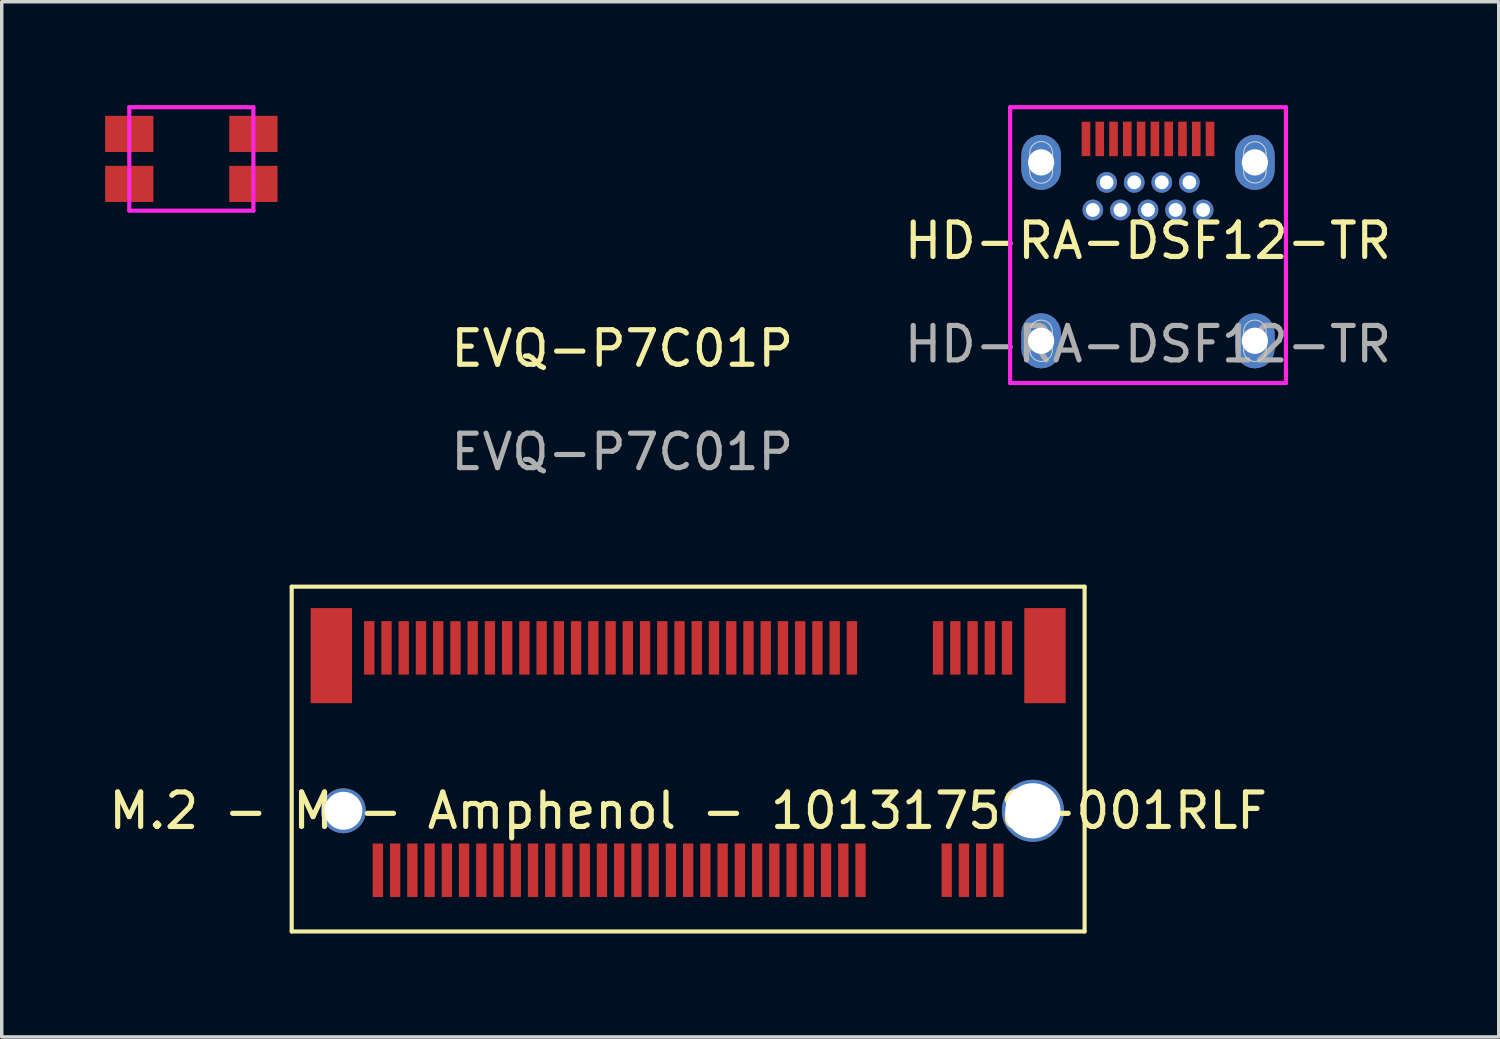
<source format=kicad_pcb>
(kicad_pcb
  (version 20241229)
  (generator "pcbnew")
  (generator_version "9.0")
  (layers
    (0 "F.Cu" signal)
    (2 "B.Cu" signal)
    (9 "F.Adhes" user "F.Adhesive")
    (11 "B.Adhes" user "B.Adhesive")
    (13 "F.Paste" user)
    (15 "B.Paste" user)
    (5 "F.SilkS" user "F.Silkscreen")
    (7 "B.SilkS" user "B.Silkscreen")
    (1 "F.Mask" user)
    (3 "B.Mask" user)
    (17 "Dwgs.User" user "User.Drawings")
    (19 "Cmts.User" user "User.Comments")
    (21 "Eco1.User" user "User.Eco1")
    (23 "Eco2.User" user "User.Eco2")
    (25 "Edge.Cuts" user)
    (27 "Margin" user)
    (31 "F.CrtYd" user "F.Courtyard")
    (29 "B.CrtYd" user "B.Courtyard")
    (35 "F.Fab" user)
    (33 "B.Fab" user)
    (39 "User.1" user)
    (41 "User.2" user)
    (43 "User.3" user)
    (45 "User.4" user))
  (footprint "EVQ-P7C01P"
    (layer "F.Cu")
    (at 2.5 1.56)
    (property "Reference" "EVQ-P7C01P" (at 12.5 5.5 0) (unlocked yes) (layer "F.SilkS") (effects (font (size 1 1) (thickness 0.15))))
    (fp_line (start -1.8 -1.5) (end 1.8 -1.5) (stroke (width 0.12) (type solid)) (layer "F.CrtYd"))
    (fp_line (start -1.8 1.5) (end -1.8 -1.5) (stroke (width 0.12) (type solid)) (layer "F.CrtYd"))
    (fp_line (start 1.8 -1.5) (end 1.8 1.5) (stroke (width 0.12) (type solid)) (layer "F.CrtYd"))
    (fp_line (start 1.8 1.5) (end -1.8 1.5) (stroke (width 0.12) (type solid)) (layer "F.CrtYd"))
    (fp_text user "${REFERENCE}" (at 12.5 8.5 0) (unlocked yes) (layer "F.Fab") (effects (font (size 1 1) (thickness 0.15))))
    (pad "" np_thru_hole circle (at 0 -0.9) (size 0.001 0.001) (drill 0.7) (layers "*.Cu" "*.Mask"))
    (pad "" np_thru_hole circle (at 0 0.9) (size 0.001 0.001) (drill 0.7) (layers "*.Cu" "*.Mask"))
    (pad "1" smd rect (at -1.8 -0.725) (size 1.4 1.05) (layers "F.Cu" "F.Mask" "F.Paste"))
    (pad "2" smd rect (at -1.8 0.725) (size 1.4 1.05) (layers "F.Cu" "F.Mask" "F.Paste"))
    (pad "3" smd rect (at 1.8 -0.725) (size 1.4 1.05) (layers "F.Cu" "F.Mask" "F.Paste"))
    (pad "4" smd rect (at 1.8 0.725) (size 1.4 1.05) (layers "F.Cu" "F.Mask" "F.Paste")))
  (footprint "HD-RA-DSF12-TR"
    (layer "F.Cu")
    (at 30.25 8.06)
    (property "Reference" "HD-RA-DSF12-TR" (at 0 -4.125 0) (unlocked yes) (layer "F.SilkS") (effects (font (size 1 1) (thickness 0.15))))
    (fp_line (start -3.1 -6.625) (end -3.1 -6.175) (stroke (width 1.15) (type solid)) (layer "F.Paste"))
    (fp_line (start -3.1 -1.45) (end -3.1 -1) (stroke (width 1.15) (type solid)) (layer "F.Paste"))
    (fp_line (start 3.1 -6.625) (end 3.1 -6.175) (stroke (width 1.15) (type solid)) (layer "F.Paste"))
    (fp_line (start 3.1 -1.45) (end 3.1 -1) (stroke (width 1.15) (type solid)) (layer "F.Paste"))
    (fp_circle (center -1.6 -5.02) (end -1.45 -5.02) (stroke (width 0.3) (type solid)) (fill no) (layer "F.Paste"))
    (fp_circle (center -1.2 -5.82) (end -1.05 -5.82) (stroke (width 0.3) (type solid)) (fill no) (layer "F.Paste"))
    (fp_circle (center -0.8 -5.02) (end -0.65 -5.02) (stroke (width 0.3) (type solid)) (fill no) (layer "F.Paste"))
    (fp_circle (center -0.4 -5.82) (end -0.25 -5.82) (stroke (width 0.3) (type solid)) (fill no) (layer "F.Paste"))
    (fp_circle (center 0 -5.02) (end 0.15 -5.02) (stroke (width 0.3) (type solid)) (fill no) (layer "F.Paste"))
    (fp_circle (center 0.4 -5.82) (end 0.55 -5.82) (stroke (width 0.3) (type solid)) (fill no) (layer "F.Paste"))
    (fp_circle (center 0.8 -5.02) (end 0.95 -5.02) (stroke (width 0.3) (type solid)) (fill no) (layer "F.Paste"))
    (fp_circle (center 1.2 -5.82) (end 1.35 -5.82) (stroke (width 0.3) (type solid)) (fill no) (layer "F.Paste"))
    (fp_circle (center 1.6 -5.02) (end 1.75 -5.02) (stroke (width 0.3) (type solid)) (fill no) (layer "F.Paste"))
    (fp_line (start -3.43 -6.125) (end -3.43 -6.675) (stroke (width 0.03) (type solid)) (layer "Edge.Cuts"))
    (fp_line (start -3.425 -1.5) (end -3.425 -0.95) (stroke (width 0.03) (type solid)) (layer "Edge.Cuts"))
    (fp_line (start -2.775 -0.95) (end -2.775 -1.5) (stroke (width 0.03) (type solid)) (layer "Edge.Cuts"))
    (fp_line (start -2.77 -6.675) (end -2.77 -6.125) (stroke (width 0.03) (type solid)) (layer "Edge.Cuts"))
    (fp_line (start 2.775 -6.675) (end 2.775 -6.125) (stroke (width 0.03) (type solid)) (layer "Edge.Cuts"))
    (fp_line (start 2.775 -1.5) (end 2.775 -0.95) (stroke (width 0.03) (type solid)) (layer "Edge.Cuts"))
    (fp_line (start 3.425 -6.125) (end 3.425 -6.675) (stroke (width 0.03) (type solid)) (layer "Edge.Cuts"))
    (fp_line (start 3.425 -0.95) (end 3.425 -1.5) (stroke (width 0.03) (type solid)) (layer "Edge.Cuts"))
    (fp_arc (start -3.43 -6.675) (mid -3.1 -7.005) (end -2.77 -6.675) (stroke (width 0.03) (type solid)) (layer "Edge.Cuts"))
    (fp_arc (start -3.425 -1.5) (mid -3.1 -1.825) (end -2.775 -1.5) (stroke (width 0.03) (type solid)) (layer "Edge.Cuts"))
    (fp_arc (start -2.775 -0.95) (mid -3.1 -0.625) (end -3.425 -0.95) (stroke (width 0.03) (type solid)) (layer "Edge.Cuts"))
    (fp_arc (start -2.77 -6.125) (mid -3.1 -5.795) (end -3.43 -6.125) (stroke (width 0.03) (type solid)) (layer "Edge.Cuts"))
    (fp_arc (start 2.775 -6.675) (mid 3.1 -7) (end 3.425 -6.675) (stroke (width 0.03) (type solid)) (layer "Edge.Cuts"))
    (fp_arc (start 2.775 -1.5) (mid 3.1 -1.825) (end 3.425 -1.5) (stroke (width 0.03) (type solid)) (layer "Edge.Cuts"))
    (fp_arc (start 3.425 -6.125) (mid 3.1 -5.8) (end 2.775 -6.125) (stroke (width 0.03) (type solid)) (layer "Edge.Cuts"))
    (fp_arc (start 3.425 -0.95) (mid 3.1 -0.625) (end 2.775 -0.95) (stroke (width 0.03) (type solid)) (layer "Edge.Cuts"))
    (fp_line (start -4 -8) (end 4 -8) (stroke (width 0.12) (type solid)) (layer "F.CrtYd"))
    (fp_line (start -4 0) (end -4 -8) (stroke (width 0.12) (type solid)) (layer "F.CrtYd"))
    (fp_line (start 4 -8) (end 4 0) (stroke (width 0.12) (type solid)) (layer "F.CrtYd"))
    (fp_line (start 4 0) (end -4 0) (stroke (width 0.12) (type solid)) (layer "F.CrtYd"))
    (fp_text user "${REFERENCE}" (at 0 -1.125 0) (unlocked yes) (layer "F.Fab") (effects (font (size 1 1) (thickness 0.15))))
    (pad "1" smd rect (at 1.8 -7.08) (size 0.25 1) (layers "F.Cu" "F.Mask" "F.Paste"))
    (pad "2" thru_hole circle (at 1.6 -5.02) (size 0.6 0.6) (drill 0.4) (layers "*.Cu" "*.Mask"))
    (pad "3" smd rect (at 1.4 -7.08) (size 0.25 1) (layers "F.Cu" "F.Mask" "F.Paste"))
    (pad "4" thru_hole circle (at 1.2 -5.82) (size 0.6 0.6) (drill 0.4) (layers "*.Cu" "*.Mask"))
    (pad "5" smd rect (at 1 -7.08) (size 0.25 1) (layers "F.Cu" "F.Mask" "F.Paste"))
    (pad "6" thru_hole circle (at 0.8 -5.02) (size 0.6 0.6) (drill 0.4) (layers "*.Cu" "*.Mask"))
    (pad "7" smd rect (at 0.6 -7.08) (size 0.25 1) (layers "F.Cu" "F.Mask" "F.Paste"))
    (pad "8" thru_hole circle (at 0.4 -5.82) (size 0.6 0.6) (drill 0.4) (layers "*.Cu" "*.Mask"))
    (pad "9" smd rect (at 0.2 -7.08) (size 0.25 1) (layers "F.Cu" "F.Mask" "F.Paste"))
    (pad "10" thru_hole circle (at 0 -5.02) (size 0.6 0.6) (drill 0.4) (layers "*.Cu" "*.Mask"))
    (pad "11" smd rect (at -0.2 -7.08) (size 0.25 1) (layers "F.Cu" "F.Mask" "F.Paste"))
    (pad "12" thru_hole circle (at -0.4 -5.82) (size 0.6 0.6) (drill 0.4) (layers "*.Cu" "*.Mask"))
    (pad "13" smd rect (at -0.6 -7.08) (size 0.25 1) (layers "F.Cu" "F.Mask" "F.Paste"))
    (pad "14" thru_hole circle (at -0.8 -5.02) (size 0.6 0.6) (drill 0.4) (layers "*.Cu" "*.Mask"))
    (pad "15" smd rect (at -1 -7.08) (size 0.25 1) (layers "F.Cu" "F.Mask" "F.Paste"))
    (pad "16" thru_hole circle (at -1.2 -5.82) (size 0.6 0.6) (drill 0.4) (layers "*.Cu" "*.Mask"))
    (pad "17" smd rect (at -1.4 -7.08) (size 0.25 1) (layers "F.Cu" "F.Mask" "F.Paste"))
    (pad "18" thru_hole circle (at -1.6 -5.02) (size 0.6 0.6) (drill 0.4) (layers "*.Cu" "*.Mask"))
    (pad "19" smd rect (at -1.8 -7.08) (size 0.25 1) (layers "F.Cu" "F.Mask" "F.Paste"))
    (pad "SHLD" thru_hole roundrect (at -3.1 -6.4) (size 1.15 1.6) (drill 0.762) (layers "*.Cu" "*.Mask") (roundrect_rratio 0.5))
    (pad "SHLD" thru_hole roundrect (at -3.1 -1.225) (size 1.15 1.6) (drill 0.762) (layers "*.Cu" "*.Mask") (roundrect_rratio 0.5))
    (pad "SHLD" thru_hole roundrect (at 3.1 -6.4) (size 1.15 1.6) (drill 0.762) (layers "*.Cu" "*.Mask") (roundrect_rratio 0.5))
    (pad "SHLD" thru_hole roundrect (at 3.1 -1.225) (size 1.15 1.6) (drill 0.762) (layers "*.Cu" "*.Mask") (roundrect_rratio 0.5)))
  (footprint "M.2 - M - Amphenol - 10131758-001RLF"
    (layer "F.Cu")
    (at 16.911 20.468)
    (property "Reference" "M.2 - M - Amphenol - 10131758-001RLF" (at 0 0 0) (layer "F.SilkS") (effects (font (size 1 1) (thickness 0.15))))
    (fp_line (start -11.5 -6.5) (end 11.5 -6.5) (stroke (width 0.12) (type solid)) (layer "F.SilkS"))
    (fp_line (start -11.5 3.5) (end -11.5 -6.5) (stroke (width 0.12) (type solid)) (layer "F.SilkS"))
    (fp_line (start 11.5 -6.5) (end 11.5 3.5) (stroke (width 0.12) (type solid)) (layer "F.SilkS"))
    (fp_line (start 11.5 3.5) (end -11.5 3.5) (stroke (width 0.12) (type solid)) (layer "F.SilkS"))
    (pad "" smd rect (at -10.35 -4.5) (size 1.2 2.76) (layers "F.Cu" "F.Mask" "F.Paste"))
    (pad "" np_thru_hole circle (at -10 0) (size 1.3 1.3) (drill 1.1) (layers "*.Cu" "*.Mask"))
    (pad "" np_thru_hole circle (at 10 0) (size 1.8 1.8) (drill 1.6) (layers "*.Cu" "*.Mask"))
    (pad "" smd rect (at 10.35 -4.5) (size 1.2 2.76) (layers "F.Cu" "F.Mask" "F.Paste"))
    (pad "1" smd rect (at -9.25 -4.725) (size 0.3 1.55) (layers "F.Cu" "F.Mask" "F.Paste"))
    (pad "2" smd rect (at -9 1.725) (size 0.3 1.55) (layers "F.Cu" "F.Mask" "F.Paste"))
    (pad "3" smd rect (at -8.75 -4.725) (size 0.3 1.55) (layers "F.Cu" "F.Mask" "F.Paste"))
    (pad "4" smd rect (at -8.5 1.725) (size 0.3 1.55) (layers "F.Cu" "F.Mask" "F.Paste"))
    (pad "5" smd rect (at -8.25 -4.725) (size 0.3 1.55) (layers "F.Cu" "F.Mask" "F.Paste"))
    (pad "6" smd rect (at -8 1.725) (size 0.3 1.55) (layers "F.Cu" "F.Mask" "F.Paste"))
    (pad "7" smd rect (at -7.75 -4.725) (size 0.3 1.55) (layers "F.Cu" "F.Mask" "F.Paste"))
    (pad "8" smd rect (at -7.5 1.725) (size 0.3 1.55) (layers "F.Cu" "F.Mask" "F.Paste"))
    (pad "9" smd rect (at -7.25 -4.725) (size 0.3 1.55) (layers "F.Cu" "F.Mask" "F.Paste"))
    (pad "10" smd rect (at -7 1.725) (size 0.3 1.55) (layers "F.Cu" "F.Mask" "F.Paste"))
    (pad "11" smd rect (at -6.75 -4.725) (size 0.3 1.55) (layers "F.Cu" "F.Mask" "F.Paste"))
    (pad "12" smd rect (at -6.5 1.725) (size 0.3 1.55) (layers "F.Cu" "F.Mask" "F.Paste"))
    (pad "13" smd rect (at -6.25 -4.725) (size 0.3 1.55) (layers "F.Cu" "F.Mask" "F.Paste"))
    (pad "14" smd rect (at -6 1.725) (size 0.3 1.55) (layers "F.Cu" "F.Mask" "F.Paste"))
    (pad "15" smd rect (at -5.75 -4.725) (size 0.3 1.55) (layers "F.Cu" "F.Mask" "F.Paste"))
    (pad "16" smd rect (at -5.5 1.725) (size 0.3 1.55) (layers "F.Cu" "F.Mask" "F.Paste"))
    (pad "17" smd rect (at -5.25 -4.725) (size 0.3 1.55) (layers "F.Cu" "F.Mask" "F.Paste"))
    (pad "18" smd rect (at -5 1.725) (size 0.3 1.55) (layers "F.Cu" "F.Mask" "F.Paste"))
    (pad "19" smd rect (at -4.75 -4.725) (size 0.3 1.55) (layers "F.Cu" "F.Mask" "F.Paste"))
    (pad "20" smd rect (at -4.5 1.725) (size 0.3 1.55) (layers "F.Cu" "F.Mask" "F.Paste"))
    (pad "21" smd rect (at -4.25 -4.725) (size 0.3 1.55) (layers "F.Cu" "F.Mask" "F.Paste"))
    (pad "22" smd rect (at -4 1.725) (size 0.3 1.55) (layers "F.Cu" "F.Mask" "F.Paste"))
    (pad "23" smd rect (at -3.75 -4.725) (size 0.3 1.55) (layers "F.Cu" "F.Mask" "F.Paste"))
    (pad "24" smd rect (at -3.5 1.725) (size 0.3 1.55) (layers "F.Cu" "F.Mask" "F.Paste"))
    (pad "25" smd rect (at -3.25 -4.725) (size 0.3 1.55) (layers "F.Cu" "F.Mask" "F.Paste"))
    (pad "26" smd rect (at -3 1.725) (size 0.3 1.55) (layers "F.Cu" "F.Mask" "F.Paste"))
    (pad "27" smd rect (at -2.75 -4.725) (size 0.3 1.55) (layers "F.Cu" "F.Mask" "F.Paste"))
    (pad "28" smd rect (at -2.5 1.725) (size 0.3 1.55) (layers "F.Cu" "F.Mask" "F.Paste"))
    (pad "29" smd rect (at -2.25 -4.725) (size 0.3 1.55) (layers "F.Cu" "F.Mask" "F.Paste"))
    (pad "30" smd rect (at -2 1.725) (size 0.3 1.55) (layers "F.Cu" "F.Mask" "F.Paste"))
    (pad "31" smd rect (at -1.75 -4.725) (size 0.3 1.55) (layers "F.Cu" "F.Mask" "F.Paste"))
    (pad "32" smd rect (at -1.5 1.725) (size 0.3 1.55) (layers "F.Cu" "F.Mask" "F.Paste"))
    (pad "33" smd rect (at -1.25 -4.725) (size 0.3 1.55) (layers "F.Cu" "F.Mask" "F.Paste"))
    (pad "34" smd rect (at -1 1.725) (size 0.3 1.55) (layers "F.Cu" "F.Mask" "F.Paste"))
    (pad "35" smd rect (at -0.75 -4.725) (size 0.3 1.55) (layers "F.Cu" "F.Mask" "F.Paste"))
    (pad "36" smd rect (at -0.5 1.725) (size 0.3 1.55) (layers "F.Cu" "F.Mask" "F.Paste"))
    (pad "37" smd rect (at -0.25 -4.725) (size 0.3 1.55) (layers "F.Cu" "F.Mask" "F.Paste"))
    (pad "38" smd rect (at 0 1.725) (size 0.3 1.55) (layers "F.Cu" "F.Mask" "F.Paste"))
    (pad "39" smd rect (at 0.25 -4.725) (size 0.3 1.55) (layers "F.Cu" "F.Mask" "F.Paste"))
    (pad "40" smd rect (at 0.5 1.725) (size 0.3 1.55) (layers "F.Cu" "F.Mask" "F.Paste"))
    (pad "41" smd rect (at 0.75 -4.725) (size 0.3 1.55) (layers "F.Cu" "F.Mask" "F.Paste"))
    (pad "42" smd rect (at 1 1.725) (size 0.3 1.55) (layers "F.Cu" "F.Mask" "F.Paste"))
    (pad "43" smd rect (at 1.25 -4.725) (size 0.3 1.55) (layers "F.Cu" "F.Mask" "F.Paste"))
    (pad "44" smd rect (at 1.5 1.725) (size 0.3 1.55) (layers "F.Cu" "F.Mask" "F.Paste"))
    (pad "45" smd rect (at 1.75 -4.725) (size 0.3 1.55) (layers "F.Cu" "F.Mask" "F.Paste"))
    (pad "46" smd rect (at 2 1.725) (size 0.3 1.55) (layers "F.Cu" "F.Mask" "F.Paste"))
    (pad "47" smd rect (at 2.25 -4.725) (size 0.3 1.55) (layers "F.Cu" "F.Mask" "F.Paste"))
    (pad "48" smd rect (at 2.5 1.725) (size 0.3 1.55) (layers "F.Cu" "F.Mask" "F.Paste"))
    (pad "49" smd rect (at 2.75 -4.725) (size 0.3 1.55) (layers "F.Cu" "F.Mask" "F.Paste"))
    (pad "50" smd rect (at 3 1.725) (size 0.3 1.55) (layers "F.Cu" "F.Mask" "F.Paste"))
    (pad "51" smd rect (at 3.25 -4.725) (size 0.3 1.55) (layers "F.Cu" "F.Mask" "F.Paste"))
    (pad "52" smd rect (at 3.5 1.725) (size 0.3 1.55) (layers "F.Cu" "F.Mask" "F.Paste"))
    (pad "53" smd rect (at 3.75 -4.725) (size 0.3 1.55) (layers "F.Cu" "F.Mask" "F.Paste"))
    (pad "54" smd rect (at 4 1.725) (size 0.3 1.55) (layers "F.Cu" "F.Mask" "F.Paste"))
    (pad "55" smd rect (at 4.25 -4.725) (size 0.3 1.55) (layers "F.Cu" "F.Mask" "F.Paste"))
    (pad "56" smd rect (at 4.5 1.725) (size 0.3 1.55) (layers "F.Cu" "F.Mask" "F.Paste"))
    (pad "57" smd rect (at 4.75 -4.725) (size 0.3 1.55) (layers "F.Cu" "F.Mask" "F.Paste"))
    (pad "58" smd rect (at 5 1.725) (size 0.3 1.55) (layers "F.Cu" "F.Mask" "F.Paste"))
    (pad "67" smd rect (at 7.25 -4.725) (size 0.3 1.55) (layers "F.Cu" "F.Mask" "F.Paste"))
    (pad "68" smd rect (at 7.5 1.725) (size 0.3 1.55) (layers "F.Cu" "F.Mask" "F.Paste"))
    (pad "69" smd rect (at 7.75 -4.725) (size 0.3 1.55) (layers "F.Cu" "F.Mask" "F.Paste"))
    (pad "70" smd rect (at 8 1.725) (size 0.3 1.55) (layers "F.Cu" "F.Mask" "F.Paste"))
    (pad "71" smd rect (at 8.25 -4.725) (size 0.3 1.55) (layers "F.Cu" "F.Mask" "F.Paste"))
    (pad "72" smd rect (at 8.5 1.725) (size 0.3 1.55) (layers "F.Cu" "F.Mask" "F.Paste"))
    (pad "73" smd rect (at 8.75 -4.725) (size 0.3 1.55) (layers "F.Cu" "F.Mask" "F.Paste"))
    (pad "74" smd rect (at 9 1.725) (size 0.3 1.55) (layers "F.Cu" "F.Mask" "F.Paste"))
    (pad "75" smd rect (at 9.25 -4.725) (size 0.3 1.55) (layers "F.Cu" "F.Mask" "F.Paste")))
  (gr_rect
    (start -3 -3)
    (end 40.423 27.028)
    (stroke (width 0.1) (type default))
    (fill no)
    (layer "Edge.Cuts")))
</source>
